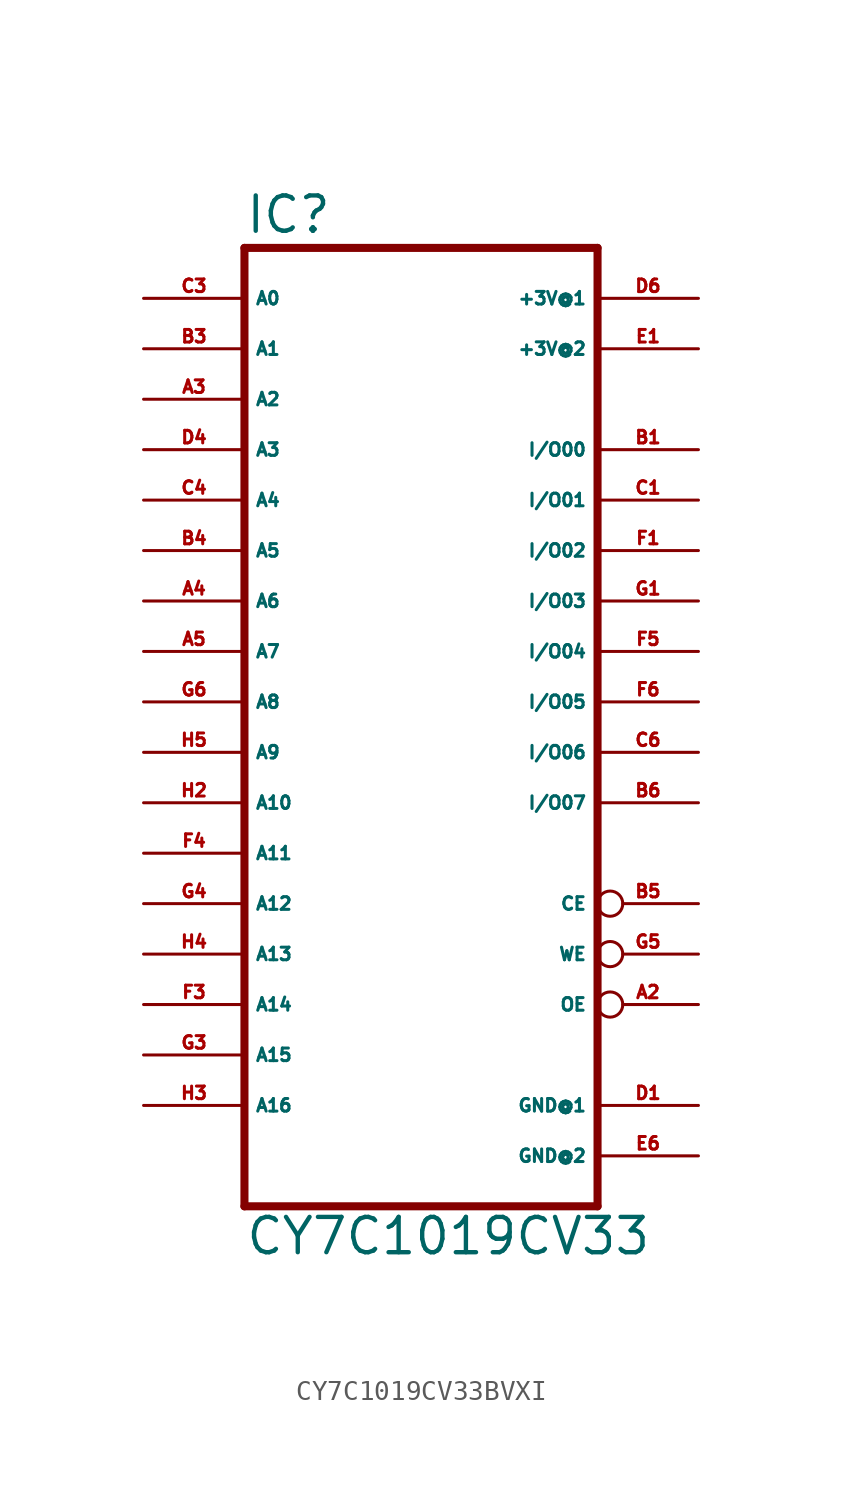
<source format=kicad_sym>
(kicad_symbol_lib
  (version 20220914)
  (generator Eagle2Kicad)
  (symbol "CY7C1019CV33BVXI"
    (property "Reference" "IC"
      (at -7.62 23.495 0)
      (effects (font (size 1.778 1.778) (thickness 0.22)) (justify left bottom)))
    (property "Value" "CY7C1019CV33"
      (at -7.62 -27.94 0)
      (effects (font (size 1.778 1.778) (thickness 0.22)) (justify left bottom)))
    (polyline
      (pts (xy -7.62 22.86) (xy -7.62 -25.4))
      (stroke (width 0.406) (type default))
      (fill (type none)))
    (polyline
      (pts (xy 10.16 -25.4) (xy -7.62 -25.4))
      (stroke (width 0.406) (type default))
      (fill (type none)))
    (polyline
      (pts (xy 10.16 -25.4) (xy 10.16 22.86))
      (stroke (width 0.406) (type default))
      (fill (type none)))
    (polyline
      (pts (xy -7.62 22.86) (xy 10.16 22.86))
      (stroke (width 0.406) (type default))
      (fill (type none)))
    (pin input line
      (at -12.7 20.32 0)
      (length 5.08)
      (name "A0" (effects (font (size 0.635 0.635) (thickness 0.08)) (justify left bottom)))
      (number "C3" (effects (font (size 0.635 0.635) (thickness 0.08)) (justify left bottom))))
    (pin input line
      (at -12.7 17.78 0)
      (length 5.08)
      (name "A1" (effects (font (size 0.635 0.635) (thickness 0.08)) (justify left bottom)))
      (number "B3" (effects (font (size 0.635 0.635) (thickness 0.08)) (justify left bottom))))
    (pin input line
      (at -12.7 15.24 0)
      (length 5.08)
      (name "A2" (effects (font (size 0.635 0.635) (thickness 0.08)) (justify left bottom)))
      (number "A3" (effects (font (size 0.635 0.635) (thickness 0.08)) (justify left bottom))))
    (pin input line
      (at -12.7 12.7 0)
      (length 5.08)
      (name "A3" (effects (font (size 0.635 0.635) (thickness 0.08)) (justify left bottom)))
      (number "D4" (effects (font (size 0.635 0.635) (thickness 0.08)) (justify left bottom))))
    (pin input line
      (at -12.7 10.16 0)
      (length 5.08)
      (name "A4" (effects (font (size 0.635 0.635) (thickness 0.08)) (justify left bottom)))
      (number "C4" (effects (font (size 0.635 0.635) (thickness 0.08)) (justify left bottom))))
    (pin input line
      (at -12.7 7.62 0)
      (length 5.08)
      (name "A5" (effects (font (size 0.635 0.635) (thickness 0.08)) (justify left bottom)))
      (number "B4" (effects (font (size 0.635 0.635) (thickness 0.08)) (justify left bottom))))
    (pin input line
      (at -12.7 5.08 0)
      (length 5.08)
      (name "A6" (effects (font (size 0.635 0.635) (thickness 0.08)) (justify left bottom)))
      (number "A4" (effects (font (size 0.635 0.635) (thickness 0.08)) (justify left bottom))))
    (pin input line
      (at -12.7 2.54 0)
      (length 5.08)
      (name "A7" (effects (font (size 0.635 0.635) (thickness 0.08)) (justify left bottom)))
      (number "A5" (effects (font (size 0.635 0.635) (thickness 0.08)) (justify left bottom))))
    (pin input line
      (at -12.7 0 0)
      (length 5.08)
      (name "A8" (effects (font (size 0.635 0.635) (thickness 0.08)) (justify left bottom)))
      (number "G6" (effects (font (size 0.635 0.635) (thickness 0.08)) (justify left bottom))))
    (pin bidirectional line
      (at 15.24 12.7 180)
      (length 5.08)
      (name "I/O00" (effects (font (size 0.635 0.635) (thickness 0.08)) (justify left bottom)))
      (number "B1" (effects (font (size 0.635 0.635) (thickness 0.08)) (justify left bottom))))
    (pin bidirectional line
      (at 15.24 10.16 180)
      (length 5.08)
      (name "I/O01" (effects (font (size 0.635 0.635) (thickness 0.08)) (justify left bottom)))
      (number "C1" (effects (font (size 0.635 0.635) (thickness 0.08)) (justify left bottom))))
    (pin bidirectional line
      (at 15.24 7.62 180)
      (length 5.08)
      (name "I/O02" (effects (font (size 0.635 0.635) (thickness 0.08)) (justify left bottom)))
      (number "F1" (effects (font (size 0.635 0.635) (thickness 0.08)) (justify left bottom))))
    (pin bidirectional line
      (at 15.24 5.08 180)
      (length 5.08)
      (name "I/O03" (effects (font (size 0.635 0.635) (thickness 0.08)) (justify left bottom)))
      (number "G1" (effects (font (size 0.635 0.635) (thickness 0.08)) (justify left bottom))))
    (pin bidirectional line
      (at 15.24 2.54 180)
      (length 5.08)
      (name "I/O04" (effects (font (size 0.635 0.635) (thickness 0.08)) (justify left bottom)))
      (number "F5" (effects (font (size 0.635 0.635) (thickness 0.08)) (justify left bottom))))
    (pin bidirectional line
      (at 15.24 0 180)
      (length 5.08)
      (name "I/O05" (effects (font (size 0.635 0.635) (thickness 0.08)) (justify left bottom)))
      (number "F6" (effects (font (size 0.635 0.635) (thickness 0.08)) (justify left bottom))))
    (pin bidirectional line
      (at 15.24 -2.54 180)
      (length 5.08)
      (name "I/O06" (effects (font (size 0.635 0.635) (thickness 0.08)) (justify left bottom)))
      (number "C6" (effects (font (size 0.635 0.635) (thickness 0.08)) (justify left bottom))))
    (pin bidirectional line
      (at 15.24 -5.08 180)
      (length 5.08)
      (name "I/O07" (effects (font (size 0.635 0.635) (thickness 0.08)) (justify left bottom)))
      (number "B6" (effects (font (size 0.635 0.635) (thickness 0.08)) (justify left bottom))))
    (pin input line
      (at -12.7 -2.54 0)
      (length 5.08)
      (name "A9" (effects (font (size 0.635 0.635) (thickness 0.08)) (justify left bottom)))
      (number "H5" (effects (font (size 0.635 0.635) (thickness 0.08)) (justify left bottom))))
    (pin input line
      (at -12.7 -5.08 0)
      (length 5.08)
      (name "A10" (effects (font (size 0.635 0.635) (thickness 0.08)) (justify left bottom)))
      (number "H2" (effects (font (size 0.635 0.635) (thickness 0.08)) (justify left bottom))))
    (pin input line
      (at -12.7 -7.62 0)
      (length 5.08)
      (name "A11" (effects (font (size 0.635 0.635) (thickness 0.08)) (justify left bottom)))
      (number "F4" (effects (font (size 0.635 0.635) (thickness 0.08)) (justify left bottom))))
    (pin input line
      (at -12.7 -10.16 0)
      (length 5.08)
      (name "A12" (effects (font (size 0.635 0.635) (thickness 0.08)) (justify left bottom)))
      (number "G4" (effects (font (size 0.635 0.635) (thickness 0.08)) (justify left bottom))))
    (pin input line
      (at -12.7 -12.7 0)
      (length 5.08)
      (name "A13" (effects (font (size 0.635 0.635) (thickness 0.08)) (justify left bottom)))
      (number "H4" (effects (font (size 0.635 0.635) (thickness 0.08)) (justify left bottom))))
    (pin input line
      (at -12.7 -15.24 0)
      (length 5.08)
      (name "A14" (effects (font (size 0.635 0.635) (thickness 0.08)) (justify left bottom)))
      (number "F3" (effects (font (size 0.635 0.635) (thickness 0.08)) (justify left bottom))))
    (pin input inverted
      (at 15.24 -12.7 180)
      (length 5.08)
      (name "WE" (effects (font (size 0.635 0.635) (thickness 0.08)) (justify left bottom)))
      (number "G5" (effects (font (size 0.635 0.635) (thickness 0.08)) (justify left bottom))))
    (pin bidirectional inverted
      (at 15.24 -10.16 180)
      (length 5.08)
      (name "CE" (effects (font (size 0.635 0.635) (thickness 0.08)) (justify left bottom)))
      (number "B5" (effects (font (size 0.635 0.635) (thickness 0.08)) (justify left bottom))))
    (pin input inverted
      (at 15.24 -15.24 180)
      (length 5.08)
      (name "OE" (effects (font (size 0.635 0.635) (thickness 0.08)) (justify left bottom)))
      (number "A2" (effects (font (size 0.635 0.635) (thickness 0.08)) (justify left bottom))))
    (pin input line
      (at -12.7 -17.78 0)
      (length 5.08)
      (name "A15" (effects (font (size 0.635 0.635) (thickness 0.08)) (justify left bottom)))
      (number "G3" (effects (font (size 0.635 0.635) (thickness 0.08)) (justify left bottom))))
    (pin input line
      (at -12.7 -20.32 0)
      (length 5.08)
      (name "A16" (effects (font (size 0.635 0.635) (thickness 0.08)) (justify left bottom)))
      (number "H3" (effects (font (size 0.635 0.635) (thickness 0.08)) (justify left bottom))))
    (pin unspecified line
      (at 15.24 20.32 180)
      (length 5.08)
      (name "+3V@1" (effects (font (size 0.635 0.635) (thickness 0.08)) (justify left bottom)))
      (number "D6" (effects (font (size 0.635 0.635) (thickness 0.08)) (justify left bottom))))
    (pin unspecified line
      (at 15.24 -20.32 180)
      (length 5.08)
      (name "GND@1" (effects (font (size 0.635 0.635) (thickness 0.08)) (justify left bottom)))
      (number "D1" (effects (font (size 0.635 0.635) (thickness 0.08)) (justify left bottom))))
    (pin unspecified line
      (at 15.24 17.78 180)
      (length 5.08)
      (name "+3V@2" (effects (font (size 0.635 0.635) (thickness 0.08)) (justify left bottom)))
      (number "E1" (effects (font (size 0.635 0.635) (thickness 0.08)) (justify left bottom))))
    (pin unspecified line
      (at 15.24 -22.86 180)
      (length 5.08)
      (name "GND@2" (effects (font (size 0.635 0.635) (thickness 0.08)) (justify left bottom)))
      (number "E6" (effects (font (size 0.635 0.635) (thickness 0.08)) (justify left bottom))))))
</source>
